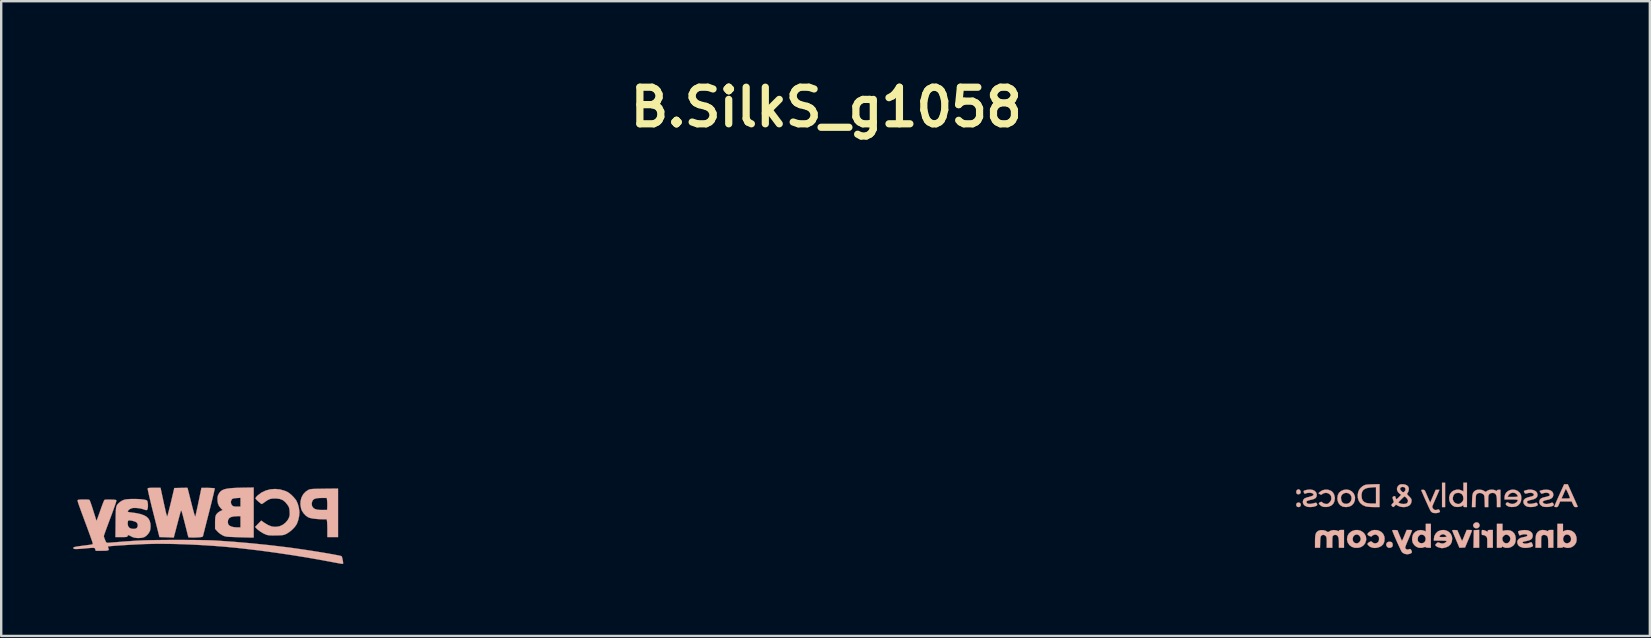
<source format=kicad_pcb>
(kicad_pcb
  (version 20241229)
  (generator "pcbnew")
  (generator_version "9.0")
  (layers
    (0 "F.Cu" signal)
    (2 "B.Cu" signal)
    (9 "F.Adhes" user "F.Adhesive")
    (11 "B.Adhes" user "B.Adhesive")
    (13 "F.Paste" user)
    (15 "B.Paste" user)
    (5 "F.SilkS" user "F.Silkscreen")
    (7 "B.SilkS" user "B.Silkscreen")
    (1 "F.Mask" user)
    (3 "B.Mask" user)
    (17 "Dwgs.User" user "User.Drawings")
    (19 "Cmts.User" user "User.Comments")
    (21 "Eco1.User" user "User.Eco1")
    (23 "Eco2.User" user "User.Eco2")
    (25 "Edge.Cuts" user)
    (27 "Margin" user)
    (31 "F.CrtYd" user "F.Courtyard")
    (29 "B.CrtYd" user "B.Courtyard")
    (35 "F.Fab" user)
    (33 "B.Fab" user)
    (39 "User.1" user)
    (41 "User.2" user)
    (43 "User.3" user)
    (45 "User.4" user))
  (footprint "B.SilkS_g1058"
    (layer "F.Cu")
    (at 31.374 1.418)
    (property "Reference" "B.SilkS_g1058" (at 0 0 0) (layer "F.SilkS") (effects (font (size 1.524 1.524) (thickness 0.3))))
    (attr through_hole)
    (fp_poly (pts (xy 25.781 16.658) (xy 25.654 16.658) (xy 25.654 15.642) (xy 25.781 15.642) (xy 25.781 16.658)) (stroke (width 0.01) (type solid)) (fill yes) (layer "B.SilkS"))
    (fp_poly (pts (xy 27.199 18.352) (xy 26.965 18.352) (xy 26.971 17.986) (xy 26.977 17.621) (xy 27.199 17.608) (xy 27.199 18.352)) (stroke (width 0.01) (type solid)) (fill yes) (layer "B.SilkS"))
    (fp_poly (pts (xy 19.721 15.935) (xy 19.754 15.979) (xy 19.77 16.031) (xy 19.77 16.035) (xy 19.752 16.085) (xy 19.709 16.118) (xy 19.655 16.127) (xy 19.606 16.105) (xy 19.605 16.104) (xy 19.582 16.057) (xy 19.582 16) (xy 19.604 15.952) (xy 19.62 15.939) (xy 19.662 15.921) (xy 19.682 15.917) (xy 19.721 15.935)) (stroke (width 0.01) (type solid)) (fill yes) (layer "B.SilkS"))
    (fp_poly (pts (xy 27.158 17.309) (xy 27.185 17.332) (xy 27.218 17.393) (xy 27.216 17.452) (xy 27.186 17.503) (xy 27.133 17.535) (xy 27.066 17.541) (xy 27.03 17.532) (xy 26.99 17.507) (xy 26.972 17.488) (xy 26.948 17.432) (xy 26.958 17.379) (xy 26.993 17.333) (xy 27.043 17.302) (xy 27.102 17.292) (xy 27.158 17.309)) (stroke (width 0.01) (type solid)) (fill yes) (layer "B.SilkS"))
    (fp_poly (pts (xy 19.723 16.479) (xy 19.744 16.493) (xy 19.765 16.534) (xy 19.77 16.563) (xy 19.758 16.611) (xy 19.744 16.633) (xy 19.703 16.654) (xy 19.674 16.658) (xy 19.626 16.647) (xy 19.605 16.633) (xy 19.583 16.591) (xy 19.579 16.563) (xy 19.591 16.514) (xy 19.605 16.493) (xy 19.646 16.472) (xy 19.674 16.468) (xy 19.723 16.479)) (stroke (width 0.01) (type solid)) (fill yes) (layer "B.SilkS"))
    (fp_poly (pts (xy 23.551 18.118) (xy 23.568 18.131) (xy 23.593 18.181) (xy 23.6 18.246) (xy 23.585 18.302) (xy 23.584 18.303) (xy 23.546 18.333) (xy 23.49 18.354) (xy 23.438 18.358) (xy 23.431 18.356) (xy 23.37 18.319) (xy 23.334 18.263) (xy 23.328 18.2) (xy 23.355 18.142) (xy 23.364 18.133) (xy 23.421 18.105) (xy 23.489 18.1) (xy 23.551 18.118)) (stroke (width 0.01) (type solid)) (fill yes) (layer "B.SilkS"))
    (fp_poly (pts (xy 27.771 18.352) (xy 27.538 18.352) (xy 27.538 18.139) (xy 27.537 18.041) (xy 27.534 17.975) (xy 27.525 17.932) (xy 27.51 17.902) (xy 27.487 17.875) (xy 27.486 17.874) (xy 27.419 17.831) (xy 27.369 17.822) (xy 27.331 17.82) (xy 27.312 17.806) (xy 27.306 17.769) (xy 27.305 17.716) (xy 27.307 17.654) (xy 27.316 17.622) (xy 27.337 17.611) (xy 27.353 17.611) (xy 27.403 17.62) (xy 27.466 17.644) (xy 27.48 17.651) (xy 27.53 17.675) (xy 27.553 17.68) (xy 27.559 17.665) (xy 27.559 17.651) (xy 27.565 17.627) (xy 27.591 17.615) (xy 27.646 17.611) (xy 27.665 17.611) (xy 27.771 17.611) (xy 27.771 18.352)) (stroke (width 0.01) (type solid)) (fill yes) (layer "B.SilkS"))
    (fp_poly (pts (xy 26.854 17.614) (xy 26.894 17.622) (xy 26.903 17.63) (xy 26.895 17.655) (xy 26.873 17.712) (xy 26.84 17.795) (xy 26.799 17.896) (xy 26.758 17.995) (xy 26.613 18.341) (xy 26.496 18.347) (xy 26.379 18.353) (xy 26.228 17.998) (xy 26.18 17.884) (xy 26.138 17.783) (xy 26.106 17.702) (xy 26.084 17.647) (xy 26.077 17.625) (xy 26.096 17.617) (xy 26.145 17.614) (xy 26.185 17.615) (xy 26.292 17.621) (xy 26.387 17.843) (xy 26.425 17.931) (xy 26.457 18.004) (xy 26.479 18.053) (xy 26.487 18.07) (xy 26.497 18.054) (xy 26.519 18.006) (xy 26.55 17.933) (xy 26.586 17.844) (xy 26.586 17.843) (xy 26.68 17.611) (xy 26.791 17.611) (xy 26.854 17.614)) (stroke (width 0.01) (type solid)) (fill yes) (layer "B.SilkS"))
    (fp_poly (pts (xy 30.29 18.352) (xy 30.078 18.352) (xy 30.078 18.151) (xy 30.075 18.057) (xy 30.069 17.974) (xy 30.059 17.915) (xy 30.054 17.898) (xy 30.013 17.85) (xy 29.954 17.822) (xy 29.89 17.815) (xy 29.833 17.832) (xy 29.796 17.873) (xy 29.795 17.875) (xy 29.789 17.91) (xy 29.785 17.977) (xy 29.782 18.065) (xy 29.782 18.131) (xy 29.782 18.352) (xy 29.549 18.352) (xy 29.549 18.103) (xy 29.551 17.983) (xy 29.557 17.895) (xy 29.567 17.83) (xy 29.584 17.778) (xy 29.589 17.768) (xy 29.647 17.687) (xy 29.731 17.634) (xy 29.832 17.611) (xy 29.943 17.621) (xy 30.004 17.641) (xy 30.053 17.659) (xy 30.073 17.659) (xy 30.078 17.641) (xy 30.09 17.622) (xy 30.133 17.612) (xy 30.184 17.611) (xy 30.29 17.611) (xy 30.29 18.352)) (stroke (width 0.01) (type solid)) (fill yes) (layer "B.SilkS"))
    (fp_poly (pts (xy 23.05 16.658) (xy 22.812 16.657) (xy 22.704 16.654) (xy 22.601 16.647) (xy 22.517 16.637) (xy 22.475 16.629) (xy 22.347 16.574) (xy 22.245 16.489) (xy 22.182 16.393) (xy 22.146 16.275) (xy 22.142 16.178) (xy 22.299 16.178) (xy 22.311 16.295) (xy 22.349 16.385) (xy 22.415 16.448) (xy 22.512 16.489) (xy 22.644 16.507) (xy 22.717 16.51) (xy 22.902 16.51) (xy 22.902 15.826) (xy 22.711 15.839) (xy 22.562 15.857) (xy 22.45 15.893) (xy 22.372 15.948) (xy 22.323 16.025) (xy 22.301 16.127) (xy 22.299 16.178) (xy 22.142 16.178) (xy 22.14 16.146) (xy 22.164 16.021) (xy 22.216 15.913) (xy 22.275 15.846) (xy 22.347 15.787) (xy 22.374 15.77) (xy 22.417 15.748) (xy 22.459 15.733) (xy 22.512 15.723) (xy 22.583 15.716) (xy 22.681 15.712) (xy 22.759 15.709) (xy 23.05 15.701) (xy 23.05 16.658)) (stroke (width 0.01) (type solid)) (fill yes) (layer "B.SilkS"))
    (fp_poly (pts (xy 22.264 17.645) (xy 22.359 17.703) (xy 22.433 17.783) (xy 22.481 17.881) (xy 22.495 17.994) (xy 22.491 18.04) (xy 22.453 18.159) (xy 22.383 18.252) (xy 22.287 18.318) (xy 22.169 18.354) (xy 22.035 18.355) (xy 21.997 18.349) (xy 21.883 18.308) (xy 21.791 18.236) (xy 21.727 18.14) (xy 21.697 18.026) (xy 21.696 17.994) (xy 21.697 17.985) (xy 21.929 17.985) (xy 21.944 18.073) (xy 21.989 18.132) (xy 22.036 18.159) (xy 22.111 18.17) (xy 22.181 18.141) (xy 22.22 18.105) (xy 22.261 18.033) (xy 22.26 17.95) (xy 22.236 17.887) (xy 22.187 17.828) (xy 22.125 17.802) (xy 22.058 17.805) (xy 21.998 17.836) (xy 21.952 17.891) (xy 21.93 17.967) (xy 21.929 17.985) (xy 21.697 17.985) (xy 21.714 17.868) (xy 21.767 17.765) (xy 21.856 17.685) (xy 21.918 17.651) (xy 22.038 17.615) (xy 22.155 17.615) (xy 22.264 17.645)) (stroke (width 0.01) (type solid)) (fill yes) (layer "B.SilkS"))
    (fp_poly (pts (xy 30.692 17.675) (xy 30.754 17.643) (xy 30.855 17.613) (xy 30.963 17.618) (xy 31.066 17.654) (xy 31.155 17.718) (xy 31.216 17.8) (xy 31.254 17.914) (xy 31.261 18.033) (xy 31.241 18.133) (xy 31.183 18.229) (xy 31.097 18.303) (xy 30.994 18.348) (xy 30.883 18.359) (xy 30.829 18.351) (xy 30.771 18.335) (xy 30.729 18.32) (xy 30.698 18.317) (xy 30.692 18.328) (xy 30.672 18.342) (xy 30.617 18.35) (xy 30.575 18.352) (xy 30.459 18.352) (xy 30.459 17.978) (xy 30.694 17.978) (xy 30.707 18.06) (xy 30.726 18.094) (xy 30.787 18.152) (xy 30.858 18.171) (xy 30.934 18.148) (xy 30.983 18.113) (xy 31.02 18.057) (xy 31.03 17.987) (xy 31.014 17.906) (xy 30.973 17.846) (xy 30.914 17.81) (xy 30.849 17.8) (xy 30.785 17.819) (xy 30.732 17.871) (xy 30.723 17.887) (xy 30.694 17.978) (xy 30.459 17.978) (xy 30.459 17.357) (xy 30.692 17.357) (xy 30.692 17.675)) (stroke (width 0.01) (type solid)) (fill yes) (layer "B.SilkS"))
    (fp_poly (pts (xy 25.188 18.352) (xy 25.084 18.352) (xy 25.02 18.347) (xy 24.98 18.335) (xy 24.972 18.327) (xy 24.952 18.314) (xy 24.923 18.324) (xy 24.822 18.355) (xy 24.707 18.354) (xy 24.67 18.348) (xy 24.579 18.309) (xy 24.497 18.24) (xy 24.438 18.156) (xy 24.424 18.123) (xy 24.408 18.028) (xy 24.409 17.995) (xy 24.638 17.995) (xy 24.649 18.07) (xy 24.667 18.102) (xy 24.728 18.151) (xy 24.804 18.167) (xy 24.88 18.148) (xy 24.918 18.123) (xy 24.948 18.08) (xy 24.968 18.023) (xy 24.967 17.94) (xy 24.936 17.872) (xy 24.884 17.825) (xy 24.819 17.804) (xy 24.75 17.813) (xy 24.69 17.853) (xy 24.652 17.916) (xy 24.638 17.995) (xy 24.409 17.995) (xy 24.412 17.922) (xy 24.436 17.823) (xy 24.467 17.762) (xy 24.549 17.68) (xy 24.653 17.63) (xy 24.768 17.614) (xy 24.884 17.634) (xy 24.903 17.641) (xy 24.977 17.672) (xy 24.977 17.357) (xy 25.188 17.357) (xy 25.188 18.352)) (stroke (width 0.01) (type solid)) (fill yes) (layer "B.SilkS"))
    (fp_poly (pts (xy 21.797 15.95) (xy 21.895 16.006) (xy 21.971 16.088) (xy 22.018 16.194) (xy 22.029 16.26) (xy 22.02 16.386) (xy 21.976 16.494) (xy 21.901 16.578) (xy 21.801 16.634) (xy 21.681 16.656) (xy 21.664 16.656) (xy 21.59 16.652) (xy 21.525 16.641) (xy 21.505 16.634) (xy 21.407 16.574) (xy 21.338 16.485) (xy 21.3 16.372) (xy 21.294 16.297) (xy 21.296 16.281) (xy 21.443 16.281) (xy 21.459 16.388) (xy 21.503 16.466) (xy 21.573 16.512) (xy 21.665 16.524) (xy 21.682 16.523) (xy 21.75 16.504) (xy 21.809 16.47) (xy 21.814 16.466) (xy 21.861 16.396) (xy 21.883 16.308) (xy 21.877 16.223) (xy 21.839 16.145) (xy 21.774 16.092) (xy 21.694 16.066) (xy 21.609 16.069) (xy 21.53 16.105) (xy 21.504 16.127) (xy 21.461 16.181) (xy 21.444 16.24) (xy 21.443 16.281) (xy 21.296 16.281) (xy 21.309 16.169) (xy 21.357 16.068) (xy 21.438 15.993) (xy 21.553 15.943) (xy 21.562 15.94) (xy 21.684 15.927) (xy 21.797 15.95)) (stroke (width 0.01) (type solid)) (fill yes) (layer "B.SilkS"))
    (fp_poly (pts (xy 20.907 15.936) (xy 21.023 15.978) (xy 21.053 15.995) (xy 21.114 16.057) (xy 21.16 16.145) (xy 21.185 16.245) (xy 21.188 16.288) (xy 21.17 16.416) (xy 21.12 16.52) (xy 21.038 16.595) (xy 20.928 16.641) (xy 20.841 16.653) (xy 20.749 16.653) (xy 20.68 16.639) (xy 20.639 16.621) (xy 20.583 16.583) (xy 20.541 16.542) (xy 20.537 16.536) (xy 20.52 16.504) (xy 20.531 16.482) (xy 20.569 16.46) (xy 20.614 16.44) (xy 20.644 16.445) (xy 20.673 16.471) (xy 20.722 16.501) (xy 20.788 16.522) (xy 20.803 16.525) (xy 20.86 16.529) (xy 20.901 16.517) (xy 20.944 16.482) (xy 20.965 16.462) (xy 21.012 16.408) (xy 21.034 16.36) (xy 21.04 16.294) (xy 21.04 16.288) (xy 21.034 16.217) (xy 21.011 16.166) (xy 20.978 16.127) (xy 20.902 16.079) (xy 20.812 16.063) (xy 20.722 16.081) (xy 20.671 16.11) (xy 20.631 16.138) (xy 20.601 16.141) (xy 20.561 16.119) (xy 20.559 16.117) (xy 20.503 16.081) (xy 20.569 16.021) (xy 20.67 15.958) (xy 20.786 15.93) (xy 20.907 15.936)) (stroke (width 0.01) (type solid)) (fill yes) (layer "B.SilkS"))
    (fp_poly (pts (xy 26.691 16.658) (xy 26.617 16.658) (xy 26.566 16.654) (xy 26.546 16.636) (xy 26.543 16.613) (xy 26.541 16.582) (xy 26.527 16.583) (xy 26.5 16.606) (xy 26.446 16.633) (xy 26.367 16.649) (xy 26.278 16.653) (xy 26.195 16.644) (xy 26.151 16.629) (xy 26.059 16.565) (xy 25.992 16.474) (xy 25.955 16.366) (xy 25.951 16.268) (xy 26.1 16.268) (xy 26.107 16.36) (xy 26.147 16.439) (xy 26.215 16.498) (xy 26.308 16.528) (xy 26.339 16.53) (xy 26.401 16.514) (xy 26.47 16.46) (xy 26.471 16.459) (xy 26.517 16.406) (xy 26.538 16.355) (xy 26.543 16.288) (xy 26.526 16.191) (xy 26.477 16.118) (xy 26.402 16.075) (xy 26.332 16.066) (xy 26.24 16.075) (xy 26.177 16.108) (xy 26.132 16.169) (xy 26.13 16.171) (xy 26.1 16.268) (xy 25.951 16.268) (xy 25.951 16.249) (xy 25.981 16.133) (xy 25.992 16.109) (xy 26.057 16.024) (xy 26.149 15.965) (xy 26.255 15.933) (xy 26.367 15.932) (xy 26.473 15.966) (xy 26.474 15.967) (xy 26.543 16.003) (xy 26.543 15.642) (xy 26.691 15.642) (xy 26.691 16.658)) (stroke (width 0.01) (type solid)) (fill yes) (layer "B.SilkS"))
    (fp_poly (pts (xy 28.173 17.506) (xy 28.173 17.584) (xy 28.177 17.627) (xy 28.187 17.644) (xy 28.206 17.643) (xy 28.22 17.639) (xy 28.268 17.629) (xy 28.339 17.623) (xy 28.388 17.621) (xy 28.493 17.633) (xy 28.576 17.671) (xy 28.649 17.743) (xy 28.676 17.78) (xy 28.709 17.859) (xy 28.724 17.96) (xy 28.719 18.066) (xy 28.694 18.162) (xy 28.688 18.176) (xy 28.626 18.259) (xy 28.537 18.32) (xy 28.43 18.354) (xy 28.316 18.356) (xy 28.284 18.351) (xy 28.226 18.332) (xy 28.184 18.309) (xy 28.158 18.294) (xy 28.152 18.314) (xy 28.152 18.317) (xy 28.142 18.338) (xy 28.109 18.349) (xy 28.046 18.352) (xy 27.94 18.352) (xy 27.94 17.996) (xy 28.163 17.996) (xy 28.188 18.076) (xy 28.239 18.137) (xy 28.305 18.166) (xy 28.376 18.162) (xy 28.439 18.126) (xy 28.482 18.063) (xy 28.501 17.974) (xy 28.48 17.897) (xy 28.432 17.843) (xy 28.359 17.806) (xy 28.287 17.812) (xy 28.228 17.849) (xy 28.174 17.918) (xy 28.163 17.996) (xy 27.94 17.996) (xy 27.94 17.357) (xy 28.173 17.357) (xy 28.173 17.506)) (stroke (width 0.01) (type solid)) (fill yes) (layer "B.SilkS"))
    (fp_poly (pts (xy 22.945 17.618) (xy 23.01 17.635) (xy 23.124 17.693) (xy 23.204 17.777) (xy 23.251 17.884) (xy 23.261 17.974) (xy 23.247 18.105) (xy 23.2 18.208) (xy 23.121 18.285) (xy 23.008 18.336) (xy 22.913 18.357) (xy 22.852 18.361) (xy 22.807 18.358) (xy 22.73 18.341) (xy 22.679 18.324) (xy 22.638 18.299) (xy 22.608 18.276) (xy 22.558 18.226) (xy 22.548 18.186) (xy 22.576 18.149) (xy 22.619 18.12) (xy 22.669 18.092) (xy 22.699 18.086) (xy 22.725 18.1) (xy 22.741 18.115) (xy 22.807 18.16) (xy 22.871 18.17) (xy 22.923 18.158) (xy 22.984 18.124) (xy 23.018 18.07) (xy 23.029 17.986) (xy 23.029 17.973) (xy 23.021 17.907) (xy 22.992 17.861) (xy 22.974 17.845) (xy 22.924 17.814) (xy 22.88 17.801) (xy 22.879 17.801) (xy 22.832 17.809) (xy 22.781 17.829) (xy 22.743 17.853) (xy 22.733 17.868) (xy 22.717 17.884) (xy 22.675 17.88) (xy 22.619 17.858) (xy 22.604 17.85) (xy 22.557 17.815) (xy 22.547 17.782) (xy 22.573 17.74) (xy 22.601 17.711) (xy 22.701 17.644) (xy 22.818 17.612) (xy 22.945 17.618)) (stroke (width 0.01) (type solid)) (fill yes) (layer "B.SilkS"))
    (fp_poly (pts (xy 25.485 16.081) (xy 25.449 16.164) (xy 25.403 16.269) (xy 25.355 16.379) (xy 25.329 16.436) (xy 25.288 16.529) (xy 25.262 16.592) (xy 25.25 16.634) (xy 25.25 16.664) (xy 25.26 16.691) (xy 25.271 16.711) (xy 25.323 16.765) (xy 25.391 16.783) (xy 25.464 16.764) (xy 25.504 16.751) (xy 25.534 16.772) (xy 25.539 16.778) (xy 25.562 16.818) (xy 25.569 16.84) (xy 25.551 16.87) (xy 25.502 16.892) (xy 25.434 16.906) (xy 25.359 16.909) (xy 25.287 16.9) (xy 25.258 16.891) (xy 25.212 16.859) (xy 25.177 16.819) (xy 25.16 16.788) (xy 25.131 16.726) (xy 25.091 16.642) (xy 25.045 16.541) (xy 24.995 16.43) (xy 24.944 16.317) (xy 24.895 16.207) (xy 24.852 16.109) (xy 24.818 16.029) (xy 24.794 15.973) (xy 24.786 15.949) (xy 24.805 15.942) (xy 24.85 15.939) (xy 24.857 15.938) (xy 24.895 15.941) (xy 24.921 15.954) (xy 24.945 15.986) (xy 24.973 16.045) (xy 24.988 16.081) (xy 25.029 16.176) (xy 25.073 16.278) (xy 25.104 16.348) (xy 25.16 16.472) (xy 25.389 15.939) (xy 25.468 15.939) (xy 25.546 15.938) (xy 25.485 16.081)) (stroke (width 0.01) (type solid)) (fill yes) (layer "B.SilkS"))
    (fp_poly (pts (xy 30.893 15.707) (xy 31.099 16.167) (xy 31.157 16.296) (xy 31.209 16.413) (xy 31.252 16.512) (xy 31.284 16.586) (xy 31.302 16.631) (xy 31.306 16.642) (xy 31.287 16.653) (xy 31.241 16.658) (xy 31.233 16.658) (xy 31.191 16.655) (xy 31.162 16.639) (xy 31.136 16.602) (xy 31.107 16.542) (xy 31.054 16.425) (xy 30.572 16.425) (xy 30.524 16.542) (xy 30.495 16.607) (xy 30.471 16.642) (xy 30.443 16.656) (xy 30.404 16.658) (xy 30.356 16.652) (xy 30.332 16.637) (xy 30.332 16.634) (xy 30.34 16.609) (xy 30.364 16.551) (xy 30.4 16.466) (xy 30.447 16.359) (xy 30.474 16.298) (xy 30.632 16.298) (xy 30.812 16.298) (xy 30.898 16.298) (xy 30.95 16.295) (xy 30.975 16.287) (xy 30.981 16.273) (xy 30.976 16.251) (xy 30.958 16.203) (xy 30.931 16.139) (xy 30.899 16.066) (xy 30.866 15.997) (xy 30.837 15.939) (xy 30.817 15.904) (xy 30.811 15.898) (xy 30.8 15.92) (xy 30.776 15.972) (xy 30.743 16.045) (xy 30.718 16.103) (xy 30.632 16.298) (xy 30.474 16.298) (xy 30.501 16.237) (xy 30.537 16.158) (xy 30.742 15.706) (xy 30.893 15.707)) (stroke (width 0.01) (type solid)) (fill yes) (layer "B.SilkS"))
    (fp_poly (pts (xy 29.472 15.953) (xy 29.554 15.994) (xy 29.607 16.052) (xy 29.61 16.059) (xy 29.633 16.149) (xy 29.616 16.226) (xy 29.561 16.288) (xy 29.472 16.331) (xy 29.438 16.34) (xy 29.331 16.366) (xy 29.259 16.386) (xy 29.216 16.405) (xy 29.196 16.424) (xy 29.192 16.448) (xy 29.193 16.453) (xy 29.219 16.5) (xy 29.278 16.523) (xy 29.367 16.524) (xy 29.485 16.501) (xy 29.561 16.479) (xy 29.598 16.478) (xy 29.625 16.512) (xy 29.628 16.518) (xy 29.641 16.563) (xy 29.628 16.589) (xy 29.627 16.59) (xy 29.555 16.626) (xy 29.457 16.649) (xy 29.35 16.656) (xy 29.247 16.648) (xy 29.176 16.628) (xy 29.097 16.574) (xy 29.051 16.497) (xy 29.041 16.433) (xy 29.061 16.36) (xy 29.12 16.301) (xy 29.218 16.256) (xy 29.303 16.235) (xy 29.403 16.21) (xy 29.462 16.18) (xy 29.482 16.144) (xy 29.471 16.111) (xy 29.424 16.074) (xy 29.346 16.061) (xy 29.245 16.071) (xy 29.155 16.094) (xy 29.118 16.095) (xy 29.091 16.063) (xy 29.087 16.054) (xy 29.068 16.011) (xy 29.069 15.988) (xy 29.097 15.973) (xy 29.141 15.958) (xy 29.256 15.933) (xy 29.369 15.932) (xy 29.472 15.953)) (stroke (width 0.01) (type solid)) (fill yes) (layer "B.SilkS"))
    (fp_poly (pts (xy 24.355 17.613) (xy 24.396 17.62) (xy 24.405 17.627) (xy 24.397 17.65) (xy 24.375 17.706) (xy 24.342 17.788) (xy 24.299 17.89) (xy 24.254 17.997) (xy 24.2 18.122) (xy 24.162 18.215) (xy 24.137 18.28) (xy 24.123 18.324) (xy 24.12 18.354) (xy 24.125 18.373) (xy 24.137 18.39) (xy 24.142 18.395) (xy 24.185 18.425) (xy 24.24 18.427) (xy 24.303 18.405) (xy 24.334 18.406) (xy 24.364 18.441) (xy 24.374 18.458) (xy 24.397 18.521) (xy 24.387 18.564) (xy 24.34 18.593) (xy 24.306 18.604) (xy 24.233 18.621) (xy 24.176 18.622) (xy 24.111 18.608) (xy 24.097 18.604) (xy 24.034 18.574) (xy 23.985 18.535) (xy 23.966 18.505) (xy 23.934 18.443) (xy 23.893 18.357) (xy 23.845 18.254) (xy 23.793 18.14) (xy 23.74 18.022) (xy 23.69 17.908) (xy 23.646 17.804) (xy 23.611 17.718) (xy 23.588 17.656) (xy 23.58 17.626) (xy 23.599 17.617) (xy 23.647 17.614) (xy 23.687 17.615) (xy 23.795 17.621) (xy 23.884 17.838) (xy 23.921 17.926) (xy 23.952 17.998) (xy 23.974 18.047) (xy 23.983 18.063) (xy 23.994 18.049) (xy 24.017 18.002) (xy 24.049 17.931) (xy 24.086 17.842) (xy 24.18 17.611) (xy 24.293 17.611) (xy 24.355 17.613)) (stroke (width 0.01) (type solid)) (fill yes) (layer "B.SilkS"))
    (fp_poly (pts (xy 30.101 15.943) (xy 30.178 15.967) (xy 30.247 16.017) (xy 30.282 16.084) (xy 30.29 16.157) (xy 30.27 16.235) (xy 30.212 16.296) (xy 30.115 16.34) (xy 30.033 16.359) (xy 29.958 16.376) (xy 29.897 16.397) (xy 29.869 16.414) (xy 29.849 16.441) (xy 29.859 16.468) (xy 29.876 16.488) (xy 29.934 16.522) (xy 30.016 16.53) (xy 30.114 16.513) (xy 30.165 16.496) (xy 30.22 16.475) (xy 30.251 16.472) (xy 30.272 16.487) (xy 30.282 16.5) (xy 30.305 16.541) (xy 30.311 16.564) (xy 30.291 16.594) (xy 30.239 16.62) (xy 30.165 16.639) (xy 30.077 16.651) (xy 29.986 16.653) (xy 29.902 16.646) (xy 29.834 16.627) (xy 29.824 16.622) (xy 29.751 16.566) (xy 29.71 16.491) (xy 29.706 16.409) (xy 29.707 16.406) (xy 29.74 16.332) (xy 29.806 16.282) (xy 29.891 16.253) (xy 29.998 16.229) (xy 30.07 16.209) (xy 30.114 16.192) (xy 30.135 16.174) (xy 30.141 16.154) (xy 30.141 16.152) (xy 30.123 16.101) (xy 30.074 16.07) (xy 30.001 16.058) (xy 29.911 16.068) (xy 29.82 16.097) (xy 29.788 16.095) (xy 29.758 16.059) (xy 29.751 16.048) (xy 29.719 15.984) (xy 29.798 15.958) (xy 29.894 15.938) (xy 30 15.933) (xy 30.101 15.943)) (stroke (width 0.01) (type solid)) (fill yes) (layer "B.SilkS"))
    (fp_poly (pts (xy -20.341 16.896) (xy -20.341 17.907) (xy -20.786 17.907) (xy -20.786 17.616) (xy -20.787 17.502) (xy -20.79 17.396) (xy -20.794 17.309) (xy -20.798 17.252) (xy -20.799 17.246) (xy -20.812 17.166) (xy -20.963 17.166) (xy -21.124 17.161) (xy -21.275 17.149) (xy -21.408 17.132) (xy -21.515 17.109) (xy -21.584 17.084) (xy -21.681 17.017) (xy -21.77 16.924) (xy -21.841 16.818) (xy -21.876 16.736) (xy -21.907 16.569) (xy -21.905 16.499) (xy -21.439 16.499) (xy -21.428 16.596) (xy -21.41 16.637) (xy -21.366 16.696) (xy -21.302 16.738) (xy -21.212 16.764) (xy -21.091 16.777) (xy -20.966 16.778) (xy -20.796 16.775) (xy -20.789 16.637) (xy -20.788 16.542) (xy -20.791 16.444) (xy -20.796 16.388) (xy -20.81 16.277) (xy -21.021 16.277) (xy -21.158 16.282) (xy -21.261 16.296) (xy -21.334 16.323) (xy -21.385 16.365) (xy -21.409 16.401) (xy -21.439 16.499) (xy -21.905 16.499) (xy -21.902 16.408) (xy -21.864 16.259) (xy -21.793 16.127) (xy -21.693 16.018) (xy -21.589 15.949) (xy -21.558 15.934) (xy -21.528 15.922) (xy -21.491 15.914) (xy -21.444 15.907) (xy -21.38 15.902) (xy -21.294 15.899) (xy -21.181 15.896) (xy -21.034 15.894) (xy -20.916 15.892) (xy -20.341 15.886) (xy -20.341 16.896)) (stroke (width 0.01) (type solid)) (fill yes) (layer "B.SilkS"))
    (fp_poly (pts (xy 20.264 15.943) (xy 20.349 15.984) (xy 20.408 16.048) (xy 20.435 16.129) (xy 20.435 16.148) (xy 20.422 16.229) (xy 20.38 16.286) (xy 20.305 16.325) (xy 20.249 16.341) (xy 20.143 16.366) (xy 20.072 16.386) (xy 20.029 16.405) (xy 20.01 16.425) (xy 20.006 16.449) (xy 20.007 16.453) (xy 20.032 16.5) (xy 20.091 16.523) (xy 20.181 16.524) (xy 20.299 16.501) (xy 20.374 16.479) (xy 20.412 16.478) (xy 20.439 16.512) (xy 20.442 16.518) (xy 20.455 16.563) (xy 20.441 16.589) (xy 20.441 16.59) (xy 20.372 16.624) (xy 20.278 16.647) (xy 20.174 16.656) (xy 20.074 16.652) (xy 20.003 16.634) (xy 19.916 16.583) (xy 19.867 16.512) (xy 19.854 16.443) (xy 19.869 16.363) (xy 19.916 16.304) (xy 19.999 16.265) (xy 20.028 16.257) (xy 20.149 16.225) (xy 20.233 16.197) (xy 20.282 16.172) (xy 20.301 16.146) (xy 20.292 16.117) (xy 20.272 16.094) (xy 20.23 16.074) (xy 20.162 16.064) (xy 20.085 16.064) (xy 20.014 16.075) (xy 19.98 16.087) (xy 19.947 16.103) (xy 19.928 16.099) (xy 19.908 16.067) (xy 19.897 16.047) (xy 19.884 16.011) (xy 19.893 15.985) (xy 19.929 15.965) (xy 20 15.946) (xy 20.036 15.938) (xy 20.158 15.927) (xy 20.264 15.943)) (stroke (width 0.01) (type solid)) (fill yes) (layer "B.SilkS"))
    (fp_poly (pts (xy 28.691 15.938) (xy 28.788 15.975) (xy 28.873 16.042) (xy 28.908 16.086) (xy 28.938 16.144) (xy 28.953 16.212) (xy 28.956 16.288) (xy 28.942 16.41) (xy 28.897 16.508) (xy 28.818 16.591) (xy 28.802 16.602) (xy 28.737 16.632) (xy 28.647 16.65) (xy 28.55 16.654) (xy 28.46 16.644) (xy 28.416 16.63) (xy 28.362 16.599) (xy 28.323 16.566) (xy 28.306 16.534) (xy 28.318 16.504) (xy 28.331 16.49) (xy 28.356 16.465) (xy 28.38 16.46) (xy 28.418 16.476) (xy 28.445 16.49) (xy 28.531 16.524) (xy 28.611 16.526) (xy 28.69 16.501) (xy 28.757 16.459) (xy 28.799 16.403) (xy 28.808 16.363) (xy 28.787 16.353) (xy 28.725 16.345) (xy 28.622 16.341) (xy 28.533 16.341) (xy 28.258 16.341) (xy 28.258 16.249) (xy 28.26 16.235) (xy 28.383 16.235) (xy 28.596 16.235) (xy 28.699 16.233) (xy 28.765 16.228) (xy 28.799 16.219) (xy 28.808 16.208) (xy 28.789 16.154) (xy 28.741 16.104) (xy 28.676 16.067) (xy 28.672 16.066) (xy 28.584 16.057) (xy 28.5 16.085) (xy 28.434 16.143) (xy 28.417 16.17) (xy 28.383 16.235) (xy 28.26 16.235) (xy 28.276 16.143) (xy 28.325 16.056) (xy 28.399 15.991) (xy 28.489 15.948) (xy 28.589 15.93) (xy 28.691 15.938)) (stroke (width 0.01) (type solid)) (fill yes) (layer "B.SilkS"))
    (fp_poly (pts (xy 21.569 18.352) (xy 21.357 18.352) (xy 21.357 18.164) (xy 21.353 18.034) (xy 21.34 17.939) (xy 21.315 17.875) (xy 21.278 17.835) (xy 21.261 17.826) (xy 21.198 17.814) (xy 21.138 17.83) (xy 21.099 17.869) (xy 21.095 17.875) (xy 21.09 17.91) (xy 21.085 17.977) (xy 21.083 18.065) (xy 21.082 18.131) (xy 21.082 18.352) (xy 20.849 18.352) (xy 20.849 18.132) (xy 20.848 18.026) (xy 20.843 17.955) (xy 20.834 17.907) (xy 20.818 17.876) (xy 20.812 17.869) (xy 20.751 17.821) (xy 20.688 17.814) (xy 20.635 17.841) (xy 20.613 17.862) (xy 20.598 17.888) (xy 20.588 17.928) (xy 20.583 17.99) (xy 20.578 18.083) (xy 20.577 18.117) (xy 20.57 18.352) (xy 20.362 18.352) (xy 20.362 18.082) (xy 20.365 17.943) (xy 20.375 17.84) (xy 20.393 17.764) (xy 20.424 17.709) (xy 20.468 17.668) (xy 20.513 17.641) (xy 20.596 17.617) (xy 20.695 17.617) (xy 20.789 17.639) (xy 20.845 17.668) (xy 20.886 17.695) (xy 20.914 17.697) (xy 20.951 17.674) (xy 20.958 17.669) (xy 21.04 17.63) (xy 21.14 17.615) (xy 21.241 17.627) (xy 21.278 17.639) (xy 21.329 17.658) (xy 21.352 17.659) (xy 21.357 17.641) (xy 21.37 17.622) (xy 21.412 17.612) (xy 21.463 17.611) (xy 21.569 17.611) (xy 21.569 18.352)) (stroke (width 0.01) (type solid)) (fill yes) (layer "B.SilkS"))
    (fp_poly (pts (xy 25.849 17.64) (xy 25.944 17.696) (xy 26.018 17.777) (xy 26.064 17.88) (xy 26.077 17.976) (xy 26.06 18.106) (xy 26.009 18.21) (xy 25.924 18.289) (xy 25.808 18.34) (xy 25.76 18.351) (xy 25.698 18.363) (xy 25.656 18.369) (xy 25.646 18.37) (xy 25.626 18.365) (xy 25.58 18.355) (xy 25.569 18.353) (xy 25.464 18.32) (xy 25.391 18.27) (xy 25.383 18.261) (xy 25.373 18.235) (xy 25.392 18.201) (xy 25.418 18.175) (xy 25.458 18.14) (xy 25.488 18.129) (xy 25.53 18.14) (xy 25.559 18.152) (xy 25.639 18.174) (xy 25.704 18.173) (xy 25.762 18.152) (xy 25.813 18.119) (xy 25.842 18.084) (xy 25.845 18.073) (xy 25.825 18.066) (xy 25.771 18.061) (xy 25.69 18.057) (xy 25.591 18.055) (xy 25.58 18.055) (xy 25.315 18.055) (xy 25.315 17.975) (xy 25.331 17.887) (xy 25.542 17.887) (xy 25.548 17.899) (xy 25.577 17.905) (xy 25.637 17.907) (xy 25.686 17.907) (xy 25.761 17.905) (xy 25.818 17.899) (xy 25.844 17.891) (xy 25.845 17.889) (xy 25.827 17.858) (xy 25.786 17.823) (xy 25.736 17.796) (xy 25.725 17.792) (xy 25.661 17.792) (xy 25.596 17.821) (xy 25.552 17.866) (xy 25.542 17.887) (xy 25.331 17.887) (xy 25.335 17.864) (xy 25.387 17.763) (xy 25.466 17.683) (xy 25.504 17.659) (xy 25.622 17.618) (xy 25.739 17.613) (xy 25.849 17.64)) (stroke (width 0.01) (type solid)) (fill yes) (layer "B.SilkS"))
    (fp_poly (pts (xy 27.799 15.936) (xy 27.877 15.962) (xy 27.884 15.966) (xy 27.923 15.989) (xy 27.938 15.986) (xy 27.94 15.971) (xy 27.955 15.947) (xy 28.005 15.939) (xy 28.014 15.938) (xy 28.088 15.938) (xy 28.088 16.658) (xy 27.94 16.658) (xy 27.94 16.435) (xy 27.936 16.298) (xy 27.922 16.198) (xy 27.895 16.13) (xy 27.853 16.089) (xy 27.794 16.069) (xy 27.748 16.066) (xy 27.671 16.081) (xy 27.626 16.114) (xy 27.606 16.139) (xy 27.593 16.169) (xy 27.585 16.212) (xy 27.581 16.278) (xy 27.58 16.375) (xy 27.58 16.411) (xy 27.58 16.658) (xy 27.437 16.658) (xy 27.429 16.413) (xy 27.425 16.307) (xy 27.42 16.235) (xy 27.413 16.188) (xy 27.4 16.157) (xy 27.381 16.133) (xy 27.362 16.116) (xy 27.286 16.075) (xy 27.202 16.068) (xy 27.125 16.096) (xy 27.112 16.106) (xy 27.09 16.126) (xy 27.076 16.15) (xy 27.066 16.188) (xy 27.06 16.246) (xy 27.057 16.334) (xy 27.055 16.402) (xy 27.047 16.658) (xy 26.899 16.658) (xy 26.906 16.387) (xy 26.911 16.256) (xy 26.921 16.159) (xy 26.938 16.088) (xy 26.964 16.037) (xy 27.003 15.996) (xy 27.044 15.966) (xy 27.119 15.937) (xy 27.215 15.931) (xy 27.312 15.944) (xy 27.397 15.979) (xy 27.397 15.979) (xy 27.473 16.026) (xy 27.536 15.979) (xy 27.61 15.945) (xy 27.704 15.93) (xy 27.799 15.936)) (stroke (width 0.01) (type solid)) (fill yes) (layer "B.SilkS"))
    (fp_poly (pts (xy 29.196 17.622) (xy 29.24 17.631) (xy 29.339 17.675) (xy 29.405 17.739) (xy 29.433 17.82) (xy 29.423 17.913) (xy 29.421 17.918) (xy 29.392 17.976) (xy 29.342 18.018) (xy 29.264 18.05) (xy 29.161 18.074) (xy 29.076 18.091) (xy 29.027 18.106) (xy 29.008 18.123) (xy 29.015 18.144) (xy 29.021 18.152) (xy 29.063 18.174) (xy 29.13 18.181) (xy 29.21 18.173) (xy 29.287 18.15) (xy 29.287 18.15) (xy 29.338 18.13) (xy 29.368 18.119) (xy 29.371 18.119) (xy 29.386 18.136) (xy 29.408 18.176) (xy 29.429 18.223) (xy 29.442 18.26) (xy 29.443 18.267) (xy 29.423 18.296) (xy 29.371 18.321) (xy 29.296 18.341) (xy 29.208 18.354) (xy 29.116 18.358) (xy 29.031 18.351) (xy 29.022 18.349) (xy 28.911 18.314) (xy 28.836 18.258) (xy 28.795 18.179) (xy 28.787 18.105) (xy 28.806 18.04) (xy 28.859 17.981) (xy 28.936 17.937) (xy 29.011 17.917) (xy 29.114 17.897) (xy 29.178 17.875) (xy 29.207 17.848) (xy 29.21 17.834) (xy 29.191 17.806) (xy 29.143 17.791) (xy 29.075 17.789) (xy 29 17.802) (xy 28.977 17.809) (xy 28.921 17.827) (xy 28.886 17.837) (xy 28.88 17.837) (xy 28.87 17.817) (xy 28.85 17.771) (xy 28.843 17.753) (xy 28.823 17.701) (xy 28.823 17.675) (xy 28.845 17.659) (xy 28.867 17.65) (xy 28.967 17.625) (xy 29.085 17.615) (xy 29.196 17.622)) (stroke (width 0.01) (type solid)) (fill yes) (layer "B.SilkS"))
    (fp_poly (pts (xy -23.855 16.886) (xy -23.855 17.928) (xy -24.072 17.925) (xy -24.17 17.922) (xy -24.297 17.919) (xy -24.439 17.915) (xy -24.585 17.91) (xy -24.659 17.907) (xy -24.794 17.902) (xy -24.895 17.897) (xy -24.969 17.89) (xy -25.025 17.881) (xy -25.071 17.869) (xy -25.114 17.852) (xy -25.153 17.833) (xy -25.249 17.774) (xy -25.34 17.698) (xy -25.37 17.667) (xy -25.463 17.564) (xy -25.463 17.311) (xy -25.463 17.297) (xy -24.933 17.297) (xy -24.914 17.377) (xy -24.911 17.381) (xy -24.862 17.432) (xy -24.779 17.471) (xy -24.671 17.496) (xy -24.559 17.504) (xy -24.405 17.505) (xy -24.405 17.039) (xy -24.548 17.039) (xy -24.688 17.047) (xy -24.792 17.071) (xy -24.866 17.112) (xy -24.891 17.138) (xy -24.925 17.211) (xy -24.933 17.297) (xy -25.463 17.297) (xy -25.461 17.182) (xy -25.454 17.086) (xy -25.438 17.015) (xy -25.411 16.961) (xy -25.37 16.914) (xy -25.34 16.887) (xy -25.279 16.843) (xy -25.215 16.809) (xy -25.213 16.808) (xy -25.148 16.781) (xy -25.221 16.712) (xy -25.298 16.617) (xy -25.345 16.504) (xy -25.346 16.494) (xy -24.803 16.494) (xy -24.77 16.568) (xy -24.755 16.585) (xy -24.722 16.613) (xy -24.683 16.629) (xy -24.627 16.636) (xy -24.554 16.637) (xy -24.405 16.637) (xy -24.405 16.272) (xy -24.568 16.282) (xy -24.655 16.29) (xy -24.711 16.301) (xy -24.747 16.319) (xy -24.769 16.34) (xy -24.803 16.413) (xy -24.803 16.494) (xy -25.346 16.494) (xy -25.363 16.367) (xy -25.364 16.337) (xy -25.36 16.247) (xy -25.345 16.179) (xy -25.315 16.114) (xy -25.307 16.1) (xy -25.267 16.04) (xy -25.219 15.991) (xy -25.159 15.951) (xy -25.083 15.919) (xy -24.987 15.895) (xy -24.866 15.877) (xy -24.717 15.864) (xy -24.535 15.855) (xy -24.317 15.85) (xy -24.252 15.849) (xy -23.855 15.843) (xy -23.855 16.886)) (stroke (width 0.01) (type solid)) (fill yes) (layer "B.SilkS"))
    (fp_poly (pts (xy -22.763 15.922) (xy -22.564 15.977) (xy -22.442 16.031) (xy -22.367 16.081) (xy -22.28 16.154) (xy -22.194 16.24) (xy -22.12 16.326) (xy -22.071 16.399) (xy -22.016 16.528) (xy -21.975 16.678) (xy -21.953 16.829) (xy -21.95 16.891) (xy -21.963 17.037) (xy -21.996 17.19) (xy -22.046 17.331) (xy -22.071 17.383) (xy -22.14 17.483) (xy -22.237 17.586) (xy -22.349 17.681) (xy -22.464 17.757) (xy -22.494 17.773) (xy -22.545 17.797) (xy -22.591 17.813) (xy -22.641 17.824) (xy -22.704 17.831) (xy -22.79 17.835) (xy -22.908 17.838) (xy -22.924 17.838) (xy -23.054 17.84) (xy -23.151 17.838) (xy -23.224 17.832) (xy -23.283 17.822) (xy -23.337 17.806) (xy -23.342 17.804) (xy -23.456 17.753) (xy -23.577 17.679) (xy -23.687 17.596) (xy -23.737 17.549) (xy -23.797 17.486) (xy -23.669 17.353) (xy -23.541 17.221) (xy -23.41 17.313) (xy -23.254 17.407) (xy -23.108 17.464) (xy -22.966 17.483) (xy -22.821 17.466) (xy -22.755 17.448) (xy -22.632 17.389) (xy -22.521 17.299) (xy -22.431 17.189) (xy -22.395 17.12) (xy -22.369 17.053) (xy -22.357 16.993) (xy -22.354 16.921) (xy -22.358 16.841) (xy -22.366 16.75) (xy -22.38 16.685) (xy -22.404 16.629) (xy -22.444 16.567) (xy -22.447 16.563) (xy -22.541 16.447) (xy -22.642 16.368) (xy -22.761 16.32) (xy -22.904 16.3) (xy -22.965 16.298) (xy -23.081 16.303) (xy -23.175 16.322) (xy -23.261 16.359) (xy -23.357 16.421) (xy -23.39 16.445) (xy -23.45 16.489) (xy -23.496 16.519) (xy -23.518 16.531) (xy -23.545 16.518) (xy -23.591 16.483) (xy -23.647 16.437) (xy -23.704 16.386) (xy -23.75 16.341) (xy -23.777 16.309) (xy -23.78 16.304) (xy -23.773 16.27) (xy -23.733 16.217) (xy -23.689 16.172) (xy -23.533 16.055) (xy -23.357 15.97) (xy -23.165 15.919) (xy -22.965 15.903) (xy -22.763 15.922)) (stroke (width 0.01) (type solid)) (fill yes) (layer "B.SilkS"))
    (fp_poly (pts (xy 24.117 15.719) (xy 24.201 15.759) (xy 24.254 15.821) (xy 24.272 15.903) (xy 24.26 15.979) (xy 24.237 16.038) (xy 24.211 16.08) (xy 24.205 16.086) (xy 24.194 16.104) (xy 24.203 16.129) (xy 24.237 16.169) (xy 24.28 16.211) (xy 24.337 16.269) (xy 24.368 16.313) (xy 24.382 16.356) (xy 24.384 16.397) (xy 24.365 16.496) (xy 24.312 16.573) (xy 24.227 16.627) (xy 24.114 16.655) (xy 24.05 16.658) (xy 23.942 16.649) (xy 23.85 16.618) (xy 23.828 16.607) (xy 23.732 16.556) (xy 23.684 16.607) (xy 23.643 16.646) (xy 23.614 16.654) (xy 23.583 16.631) (xy 23.569 16.615) (xy 23.546 16.586) (xy 23.546 16.563) (xy 23.572 16.53) (xy 23.589 16.511) (xy 23.635 16.464) (xy 23.828 16.464) (xy 23.889 16.497) (xy 23.962 16.521) (xy 24.049 16.529) (xy 24.132 16.521) (xy 24.189 16.498) (xy 24.229 16.448) (xy 24.235 16.384) (xy 24.205 16.316) (xy 24.17 16.275) (xy 24.126 16.237) (xy 24.096 16.216) (xy 24.09 16.214) (xy 24.07 16.228) (xy 24.028 16.265) (xy 23.972 16.319) (xy 23.952 16.339) (xy 23.828 16.464) (xy 23.635 16.464) (xy 23.648 16.45) (xy 23.614 16.349) (xy 23.594 16.281) (xy 23.595 16.241) (xy 23.621 16.218) (xy 23.657 16.205) (xy 23.691 16.202) (xy 23.71 16.227) (xy 23.717 16.255) (xy 23.732 16.303) (xy 23.747 16.329) (xy 23.747 16.329) (xy 23.769 16.32) (xy 23.81 16.288) (xy 23.857 16.243) (xy 23.95 16.147) (xy 23.891 16.104) (xy 23.818 16.031) (xy 23.779 15.949) (xy 23.778 15.877) (xy 23.907 15.877) (xy 23.908 15.921) (xy 23.942 15.972) (xy 23.952 15.983) (xy 24.001 16.028) (xy 24.037 16.041) (xy 24.072 16.025) (xy 24.091 16.009) (xy 24.125 15.957) (xy 24.129 15.898) (xy 24.105 15.848) (xy 24.079 15.83) (xy 24.013 15.816) (xy 23.953 15.829) (xy 23.913 15.864) (xy 23.907 15.877) (xy 23.778 15.877) (xy 23.777 15.866) (xy 23.813 15.789) (xy 23.832 15.768) (xy 23.878 15.729) (xy 23.927 15.71) (xy 23.997 15.706) (xy 24.002 15.706) (xy 24.117 15.719)) (stroke (width 0.01) (type solid)) (fill yes) (layer "B.SilkS"))
    (fp_poly (pts (xy -28.667 16.324) (xy -28.54 16.333) (xy -28.431 16.346) (xy -28.347 16.363) (xy -28.304 16.38) (xy -28.284 16.413) (xy -28.269 16.476) (xy -28.261 16.556) (xy -28.262 16.641) (xy -28.267 16.688) (xy -28.281 16.751) (xy -28.307 16.781) (xy -28.352 16.782) (xy -28.424 16.758) (xy -28.43 16.756) (xy -28.526 16.726) (xy -28.642 16.704) (xy -28.762 16.693) (xy -28.868 16.694) (xy -28.905 16.699) (xy -28.979 16.723) (xy -29.044 16.762) (xy -29.089 16.808) (xy -29.104 16.848) (xy -29.085 16.859) (xy -29.035 16.871) (xy -28.972 16.88) (xy -28.753 16.909) (xy -28.573 16.948) (xy -28.429 16.998) (xy -28.318 17.061) (xy -28.238 17.14) (xy -28.186 17.235) (xy -28.158 17.35) (xy -28.152 17.447) (xy -28.156 17.533) (xy -28.167 17.611) (xy -28.18 17.659) (xy -28.242 17.763) (xy -28.327 17.853) (xy -28.415 17.91) (xy -28.502 17.934) (xy -28.611 17.946) (xy -28.727 17.945) (xy -28.833 17.93) (xy -28.877 17.917) (xy -28.942 17.889) (xy -28.997 17.859) (xy -29.003 17.855) (xy -29.059 17.826) (xy -29.094 17.832) (xy -29.11 17.865) (xy -29.118 17.883) (xy -29.135 17.895) (xy -29.168 17.902) (xy -29.226 17.906) (xy -29.315 17.907) (xy -29.368 17.907) (xy -29.615 17.907) (xy -29.608 17.299) (xy -29.104 17.299) (xy -29.103 17.367) (xy -29.091 17.433) (xy -29.07 17.48) (xy -29.019 17.531) (xy -28.947 17.559) (xy -28.855 17.567) (xy -28.776 17.558) (xy -28.722 17.525) (xy -28.722 17.525) (xy -28.688 17.464) (xy -28.685 17.392) (xy -28.712 17.324) (xy -28.744 17.29) (xy -28.796 17.264) (xy -28.869 17.24) (xy -28.949 17.221) (xy -29.021 17.212) (xy -29.069 17.215) (xy -29.071 17.216) (xy -29.093 17.244) (xy -29.104 17.299) (xy -29.608 17.299) (xy -29.608 17.288) (xy -29.606 17.1) (xy -29.604 16.949) (xy -29.599 16.83) (xy -29.593 16.738) (xy -29.583 16.667) (xy -29.568 16.613) (xy -29.548 16.571) (xy -29.521 16.535) (xy -29.487 16.5) (xy -29.445 16.462) (xy -29.362 16.403) (xy -29.266 16.358) (xy -29.25 16.352) (xy -29.169 16.336) (xy -29.062 16.326) (xy -28.937 16.32) (xy -28.802 16.32) (xy -28.667 16.324)) (stroke (width 0.01) (type solid)) (fill yes) (layer "B.SilkS"))
    (fp_poly (pts (xy -26.457 16.47) (xy -26.408 16.664) (xy -26.367 16.818) (xy -26.335 16.931) (xy -26.311 17.007) (xy -26.294 17.045) (xy -26.286 17.048) (xy -26.278 17.02) (xy -26.264 16.958) (xy -26.244 16.867) (xy -26.22 16.755) (xy -26.192 16.628) (xy -26.163 16.492) (xy -26.134 16.355) (xy -26.107 16.223) (xy -26.082 16.102) (xy -26.061 15.999) (xy -26.045 15.92) (xy -26.036 15.872) (xy -26.035 15.862) (xy -26.015 15.858) (xy -25.963 15.856) (xy -25.887 15.856) (xy -25.798 15.857) (xy -25.704 15.859) (xy -25.616 15.863) (xy -25.542 15.867) (xy -25.492 15.872) (xy -25.476 15.876) (xy -25.479 15.898) (xy -25.492 15.957) (xy -25.512 16.049) (xy -25.541 16.17) (xy -25.576 16.316) (xy -25.617 16.482) (xy -25.663 16.665) (xy -25.71 16.85) (xy -25.76 17.046) (xy -25.807 17.231) (xy -25.85 17.4) (xy -25.888 17.548) (xy -25.919 17.673) (xy -25.944 17.769) (xy -25.959 17.832) (xy -25.966 17.858) (xy -25.975 17.881) (xy -25.997 17.896) (xy -26.039 17.906) (xy -26.112 17.914) (xy -26.148 17.917) (xy -26.251 17.924) (xy -26.357 17.926) (xy -26.445 17.925) (xy -26.448 17.925) (xy -26.575 17.918) (xy -26.722 17.338) (xy -26.765 17.17) (xy -26.799 17.038) (xy -26.825 16.94) (xy -26.845 16.872) (xy -26.86 16.829) (xy -26.871 16.808) (xy -26.88 16.805) (xy -26.888 16.816) (xy -26.893 16.83) (xy -26.905 16.87) (xy -26.926 16.945) (xy -26.954 17.047) (xy -26.987 17.171) (xy -27.023 17.309) (xy -27.051 17.415) (xy -27.185 17.928) (xy -27.292 17.924) (xy -27.365 17.921) (xy -27.462 17.917) (xy -27.565 17.913) (xy -27.591 17.912) (xy -27.781 17.906) (xy -28.033 16.913) (xy -28.083 16.714) (xy -28.129 16.528) (xy -28.17 16.357) (xy -28.206 16.206) (xy -28.235 16.08) (xy -28.256 15.982) (xy -28.269 15.917) (xy -28.272 15.888) (xy -28.272 15.887) (xy -28.26 15.873) (xy -28.233 15.863) (xy -28.184 15.857) (xy -28.106 15.855) (xy -27.998 15.854) (xy -27.736 15.854) (xy -27.646 16.272) (xy -27.602 16.478) (xy -27.565 16.645) (xy -27.535 16.778) (xy -27.512 16.88) (xy -27.493 16.954) (xy -27.479 17.003) (xy -27.468 17.031) (xy -27.46 17.042) (xy -27.454 17.038) (xy -27.453 17.037) (xy -27.443 17.006) (xy -27.424 16.938) (xy -27.397 16.835) (xy -27.364 16.703) (xy -27.324 16.544) (xy -27.28 16.362) (xy -27.233 16.162) (xy -27.212 16.076) (xy -27.163 15.864) (xy -26.613 15.853) (xy -26.457 16.47)) (stroke (width 0.01) (type solid)) (fill yes) (layer "B.SilkS"))
    (fp_poly (pts (xy -30.817 16.343) (xy -30.747 16.348) (xy -30.704 16.355) (xy -30.699 16.357) (xy -30.685 16.381) (xy -30.662 16.44) (xy -30.63 16.526) (xy -30.594 16.634) (xy -30.554 16.757) (xy -30.545 16.785) (xy -30.506 16.911) (xy -30.47 17.024) (xy -30.441 17.116) (xy -30.421 17.183) (xy -30.41 17.216) (xy -30.409 17.219) (xy -30.406 17.224) (xy -30.4 17.218) (xy -30.39 17.198) (xy -30.374 17.16) (xy -30.352 17.099) (xy -30.32 17.011) (xy -30.278 16.892) (xy -30.223 16.738) (xy -30.214 16.711) (xy -30.173 16.598) (xy -30.135 16.499) (xy -30.104 16.421) (xy -30.08 16.371) (xy -30.07 16.356) (xy -30.04 16.35) (xy -29.978 16.347) (xy -29.892 16.345) (xy -29.814 16.346) (xy -29.71 16.349) (xy -29.642 16.354) (xy -29.601 16.361) (xy -29.581 16.373) (xy -29.574 16.389) (xy -29.579 16.416) (xy -29.599 16.479) (xy -29.63 16.572) (xy -29.671 16.69) (xy -29.721 16.828) (xy -29.777 16.982) (xy -29.833 17.13) (xy -29.895 17.294) (xy -29.951 17.446) (xy -30.001 17.582) (xy -30.043 17.697) (xy -30.074 17.786) (xy -30.093 17.844) (xy -30.099 17.867) (xy -30.091 17.903) (xy -30.071 17.964) (xy -30.047 18.025) (xy -30.018 18.093) (xy -29.995 18.13) (xy -29.969 18.145) (xy -29.933 18.147) (xy -29.926 18.147) (xy -29.882 18.144) (xy -29.805 18.138) (xy -29.702 18.129) (xy -29.582 18.12) (xy -29.464 18.11) (xy -29.31 18.097) (xy -29.13 18.084) (xy -28.94 18.071) (xy -28.757 18.059) (xy -28.628 18.052) (xy -28.486 18.045) (xy -28.309 18.04) (xy -28.101 18.035) (xy -27.87 18.032) (xy -27.621 18.029) (xy -27.359 18.027) (xy -27.091 18.027) (xy -26.822 18.027) (xy -26.557 18.028) (xy -26.303 18.03) (xy -26.065 18.033) (xy -25.85 18.037) (xy -25.662 18.042) (xy -25.508 18.048) (xy -25.442 18.051) (xy -24.71 18.102) (xy -23.963 18.166) (xy -23.219 18.242) (xy -22.496 18.328) (xy -22.384 18.342) (xy -22.189 18.369) (xy -21.984 18.398) (xy -21.772 18.429) (xy -21.557 18.461) (xy -21.343 18.495) (xy -21.136 18.528) (xy -20.938 18.56) (xy -20.755 18.591) (xy -20.59 18.621) (xy -20.448 18.647) (xy -20.333 18.669) (xy -20.249 18.688) (xy -20.2 18.702) (xy -20.19 18.707) (xy -20.178 18.736) (xy -20.163 18.792) (xy -20.147 18.862) (xy -20.135 18.93) (xy -20.13 18.982) (xy -20.13 18.988) (xy -20.129 19.002) (xy -20.13 19.012) (xy -20.137 19.019) (xy -20.155 19.022) (xy -20.189 19.019) (xy -20.243 19.011) (xy -20.322 18.997) (xy -20.43 18.977) (xy -20.574 18.95) (xy -20.669 18.932) (xy -21.409 18.798) (xy -22.156 18.674) (xy -22.898 18.563) (xy -23.627 18.464) (xy -24.33 18.381) (xy -24.606 18.352) (xy -25.031 18.312) (xy -25.47 18.277) (xy -25.916 18.247) (xy -26.361 18.223) (xy -26.8 18.205) (xy -27.226 18.193) (xy -27.631 18.188) (xy -28.01 18.189) (xy -28.355 18.197) (xy -28.414 18.199) (xy -28.59 18.207) (xy -28.773 18.216) (xy -28.958 18.226) (xy -29.141 18.236) (xy -29.315 18.247) (xy -29.478 18.258) (xy -29.622 18.268) (xy -29.744 18.278) (xy -29.839 18.286) (xy -29.901 18.293) (xy -29.926 18.299) (xy -29.926 18.299) (xy -29.925 18.322) (xy -29.91 18.368) (xy -29.908 18.374) (xy -29.895 18.414) (xy -29.898 18.442) (xy -29.921 18.46) (xy -29.971 18.471) (xy -30.052 18.477) (xy -30.169 18.478) (xy -30.187 18.478) (xy -30.434 18.479) (xy -30.456 18.415) (xy -30.464 18.391) (xy -30.474 18.373) (xy -30.49 18.362) (xy -30.52 18.356) (xy -30.567 18.355) (xy -30.638 18.359) (xy -30.739 18.367) (xy -30.874 18.379) (xy -30.924 18.384) (xy -31.076 18.397) (xy -31.19 18.404) (xy -31.272 18.406) (xy -31.326 18.401) (xy -31.356 18.389) (xy -31.368 18.371) (xy -31.369 18.363) (xy -31.367 18.35) (xy -31.359 18.339) (xy -31.339 18.329) (xy -31.305 18.319) (xy -31.252 18.308) (xy -31.175 18.295) (xy -31.07 18.28) (xy -30.933 18.262) (xy -30.761 18.24) (xy -30.681 18.229) (xy -30.611 18.219) (xy -30.574 18.208) (xy -30.56 18.19) (xy -30.561 18.162) (xy -30.57 18.13) (xy -30.592 18.064) (xy -30.626 17.968) (xy -30.668 17.849) (xy -30.718 17.712) (xy -30.773 17.561) (xy -30.797 17.496) (xy -30.886 17.258) (xy -30.96 17.056) (xy -31.023 16.888) (xy -31.073 16.75) (xy -31.113 16.639) (xy -31.143 16.553) (xy -31.165 16.488) (xy -31.18 16.44) (xy -31.188 16.407) (xy -31.191 16.386) (xy -31.189 16.373) (xy -31.185 16.366) (xy -31.178 16.361) (xy -31.177 16.361) (xy -31.143 16.352) (xy -31.078 16.346) (xy -30.995 16.343) (xy -30.904 16.342) (xy -30.817 16.343)) (stroke (width 0.01) (type solid)) (fill yes) (layer "B.SilkS")))
  (gr_rect
    (start -3 -3)
    (end 65.685 23.445)
    (stroke (width 0.1) (type default))
    (fill no)
    (layer "Edge.Cuts")))
</source>
